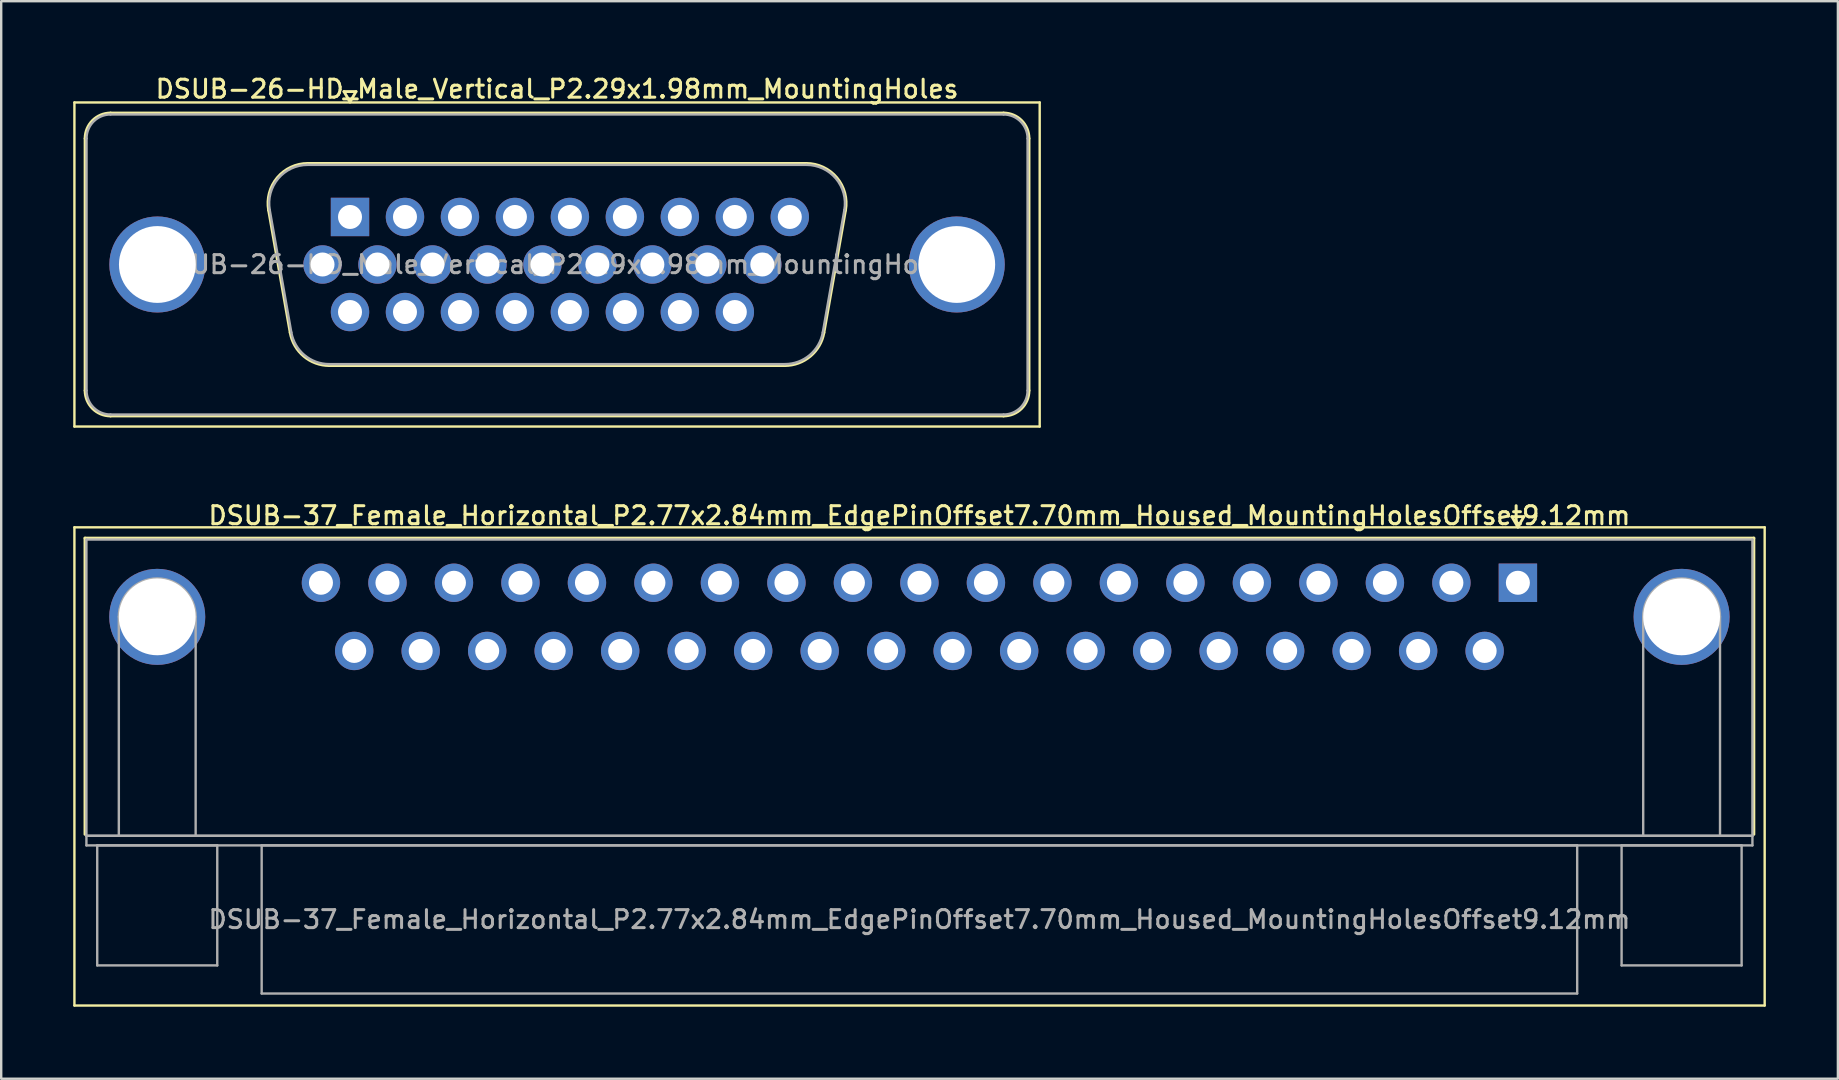
<source format=kicad_pcb>
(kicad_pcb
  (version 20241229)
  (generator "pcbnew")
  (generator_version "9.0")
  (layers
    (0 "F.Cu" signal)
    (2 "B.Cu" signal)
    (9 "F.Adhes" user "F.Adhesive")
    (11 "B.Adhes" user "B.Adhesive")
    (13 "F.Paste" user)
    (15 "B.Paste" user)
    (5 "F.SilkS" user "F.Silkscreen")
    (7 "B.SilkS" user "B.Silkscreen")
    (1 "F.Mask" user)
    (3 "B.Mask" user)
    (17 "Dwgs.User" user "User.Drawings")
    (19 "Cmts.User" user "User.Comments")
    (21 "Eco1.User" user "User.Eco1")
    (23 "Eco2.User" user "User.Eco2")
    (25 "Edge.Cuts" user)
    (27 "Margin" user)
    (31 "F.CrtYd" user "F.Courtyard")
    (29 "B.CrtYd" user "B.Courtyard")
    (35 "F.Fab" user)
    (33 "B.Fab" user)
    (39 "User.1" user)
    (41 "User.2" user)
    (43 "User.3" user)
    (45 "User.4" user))
  (footprint "DSUB-26-HD_Male_Vertical_P2.29x1.98mm_MountingHoles"
    (layer "F.Cu")
    (at 11.53 5.988)
    (property "Reference" "DSUB-26-HD_Male_Vertical_P2.29x1.98mm_MountingHoles" (at 8.625 -5.33 0) (layer "F.SilkS") (effects (font (size 0.75 0.75) (thickness 0.125))))
    (attr through_hole)
    (fp_line (start -11.48 -4.77) (end -11.48 8.73) (stroke (width 0.1) (type solid)) (layer "F.SilkS"))
    (fp_line (start -11.48 8.73) (end 28.73 8.73) (stroke (width 0.1) (type solid)) (layer "F.SilkS"))
    (fp_line (start -11.035 7.23) (end -11.035 -3.27) (stroke (width 0.12) (type solid)) (layer "F.SilkS"))
    (fp_line (start -9.975 -4.33) (end 27.225 -4.33) (stroke (width 0.12) (type solid)) (layer "F.SilkS"))
    (fp_line (start -3.391 -0.282) (end -2.492 4.818) (stroke (width 0.12) (type solid)) (layer "F.SilkS"))
    (fp_line (start -1.757 -2.23) (end 19.007 -2.23) (stroke (width 0.12) (type solid)) (layer "F.SilkS"))
    (fp_line (start -0.857 6.19) (end 18.107 6.19) (stroke (width 0.12) (type solid)) (layer "F.SilkS"))
    (fp_line (start -0.25 -5.224) (end 0.25 -5.224) (stroke (width 0.12) (type solid)) (layer "F.SilkS"))
    (fp_line (start 0 -4.791) (end -0.25 -5.224) (stroke (width 0.12) (type solid)) (layer "F.SilkS"))
    (fp_line (start 0.25 -5.224) (end 0 -4.791) (stroke (width 0.12) (type solid)) (layer "F.SilkS"))
    (fp_line (start 20.641 -0.282) (end 19.742 4.818) (stroke (width 0.12) (type solid)) (layer "F.SilkS"))
    (fp_line (start 27.225 8.29) (end -9.975 8.29) (stroke (width 0.12) (type solid)) (layer "F.SilkS"))
    (fp_line (start 28.285 -3.27) (end 28.285 7.23) (stroke (width 0.12) (type solid)) (layer "F.SilkS"))
    (fp_line (start 28.73 -4.77) (end -11.48 -4.77) (stroke (width 0.1) (type solid)) (layer "F.SilkS"))
    (fp_line (start 28.73 8.73) (end 28.73 -4.77) (stroke (width 0.1) (type solid)) (layer "F.SilkS"))
    (fp_arc (start -11.035 -3.27) (mid -10.724533 -4.019533) (end -9.975 -4.33) (stroke (width 0.12) (type solid)) (layer "F.SilkS"))
    (fp_arc (start -9.975 8.29) (mid -10.724533 7.979533) (end -11.035 7.23) (stroke (width 0.12) (type solid)) (layer "F.SilkS"))
    (fp_arc (start -3.39147 -0.281744) (mid -3.028323 -1.637027) (end -1.756689 -2.23) (stroke (width 0.12) (type solid)) (layer "F.SilkS"))
    (fp_arc (start -0.857421 6.19) (mid -1.924449 5.801634) (end -2.492202 4.818256) (stroke (width 0.12) (type solid)) (layer "F.SilkS"))
    (fp_arc (start 19.006689 -2.23) (mid 20.278323 -1.637027) (end 20.64147 -0.281744) (stroke (width 0.12) (type solid)) (layer "F.SilkS"))
    (fp_arc (start 19.742202 4.818256) (mid 19.174449 5.801634) (end 18.107421 6.19) (stroke (width 0.12) (type solid)) (layer "F.SilkS"))
    (fp_arc (start 27.225 -4.33) (mid 27.974533 -4.019533) (end 28.285 -3.27) (stroke (width 0.12) (type solid)) (layer "F.SilkS"))
    (fp_arc (start 28.285 7.23) (mid 27.974533 7.979533) (end 27.225 8.29) (stroke (width 0.12) (type solid)) (layer "F.SilkS"))
    (fp_line (start -10.975 7.23) (end -10.975 -3.27) (stroke (width 0.1) (type solid)) (layer "F.Fab"))
    (fp_line (start -9.975 -4.27) (end 27.225 -4.27) (stroke (width 0.1) (type solid)) (layer "F.Fab"))
    (fp_line (start -3.344 -0.292) (end -2.445 4.808) (stroke (width 0.1) (type solid)) (layer "F.Fab"))
    (fp_line (start -1.768 -2.17) (end 19.018 -2.17) (stroke (width 0.1) (type solid)) (layer "F.Fab"))
    (fp_line (start -0.869 6.13) (end 18.119 6.13) (stroke (width 0.1) (type solid)) (layer "F.Fab"))
    (fp_line (start 20.594 -0.292) (end 19.695 4.808) (stroke (width 0.1) (type solid)) (layer "F.Fab"))
    (fp_line (start 27.225 8.23) (end -9.975 8.23) (stroke (width 0.1) (type solid)) (layer "F.Fab"))
    (fp_line (start 28.225 -3.27) (end 28.225 7.23) (stroke (width 0.1) (type solid)) (layer "F.Fab"))
    (fp_arc (start -10.975 -3.27) (mid -10.682107 -3.977107) (end -9.975 -4.27) (stroke (width 0.1) (type solid)) (layer "F.Fab"))
    (fp_arc (start -9.975 8.23) (mid -10.682107 7.937107) (end -10.975 7.23) (stroke (width 0.1) (type solid)) (layer "F.Fab"))
    (fp_arc (start -3.343887 -0.292163) (mid -2.993865 -1.59846) (end -1.768194 -2.17) (stroke (width 0.1) (type solid)) (layer "F.Fab"))
    (fp_arc (start -0.868927 6.13) (mid -1.897387 5.755671) (end -2.444619 4.807837) (stroke (width 0.1) (type solid)) (layer "F.Fab"))
    (fp_arc (start 19.018194 -2.17) (mid 20.243865 -1.59846) (end 20.593887 -0.292163) (stroke (width 0.1) (type solid)) (layer "F.Fab"))
    (fp_arc (start 19.694619 4.807837) (mid 19.147387 5.755671) (end 18.118927 6.13) (stroke (width 0.1) (type solid)) (layer "F.Fab"))
    (fp_arc (start 27.225 -4.27) (mid 27.932107 -3.977107) (end 28.225 -3.27) (stroke (width 0.1) (type solid)) (layer "F.Fab"))
    (fp_arc (start 28.225 7.23) (mid 27.932107 7.937107) (end 27.225 8.23) (stroke (width 0.1) (type solid)) (layer "F.Fab"))
    (fp_text user "${REFERENCE}" (at 8.625 1.98 0) (layer "F.Fab") (effects (font (size 0.75 0.75) (thickness 0.125))))
    (pad "0" thru_hole circle (at -8.025 1.98) (size 4 4) (drill 3.2) (layers "*.Cu" "*.Mask"))
    (pad "0" thru_hole circle (at 25.275 1.98) (size 4 4) (drill 3.2) (layers "*.Cu" "*.Mask"))
    (pad "1" thru_hole rect (at 0 0) (size 1.6 1.6) (drill 1) (layers "*.Cu" "*.Mask"))
    (pad "2" thru_hole circle (at 2.29 0) (size 1.6 1.6) (drill 1) (layers "*.Cu" "*.Mask"))
    (pad "3" thru_hole circle (at 4.58 0) (size 1.6 1.6) (drill 1) (layers "*.Cu" "*.Mask"))
    (pad "4" thru_hole circle (at 6.87 0) (size 1.6 1.6) (drill 1) (layers "*.Cu" "*.Mask"))
    (pad "5" thru_hole circle (at 9.16 0) (size 1.6 1.6) (drill 1) (layers "*.Cu" "*.Mask"))
    (pad "6" thru_hole circle (at 11.45 0) (size 1.6 1.6) (drill 1) (layers "*.Cu" "*.Mask"))
    (pad "7" thru_hole circle (at 13.74 0) (size 1.6 1.6) (drill 1) (layers "*.Cu" "*.Mask"))
    (pad "8" thru_hole circle (at 16.03 0) (size 1.6 1.6) (drill 1) (layers "*.Cu" "*.Mask"))
    (pad "9" thru_hole circle (at 18.32 0) (size 1.6 1.6) (drill 1) (layers "*.Cu" "*.Mask"))
    (pad "10" thru_hole circle (at -1.145 1.98) (size 1.6 1.6) (drill 1) (layers "*.Cu" "*.Mask"))
    (pad "11" thru_hole circle (at 1.145 1.98) (size 1.6 1.6) (drill 1) (layers "*.Cu" "*.Mask"))
    (pad "12" thru_hole circle (at 3.435 1.98) (size 1.6 1.6) (drill 1) (layers "*.Cu" "*.Mask"))
    (pad "13" thru_hole circle (at 5.725 1.98) (size 1.6 1.6) (drill 1) (layers "*.Cu" "*.Mask"))
    (pad "14" thru_hole circle (at 8.015 1.98) (size 1.6 1.6) (drill 1) (layers "*.Cu" "*.Mask"))
    (pad "15" thru_hole circle (at 10.305 1.98) (size 1.6 1.6) (drill 1) (layers "*.Cu" "*.Mask"))
    (pad "16" thru_hole circle (at 12.595 1.98) (size 1.6 1.6) (drill 1) (layers "*.Cu" "*.Mask"))
    (pad "17" thru_hole circle (at 14.885 1.98) (size 1.6 1.6) (drill 1) (layers "*.Cu" "*.Mask"))
    (pad "18" thru_hole circle (at 17.175 1.98) (size 1.6 1.6) (drill 1) (layers "*.Cu" "*.Mask"))
    (pad "19" thru_hole circle (at 0 3.96) (size 1.6 1.6) (drill 1) (layers "*.Cu" "*.Mask"))
    (pad "20" thru_hole circle (at 2.29 3.96) (size 1.6 1.6) (drill 1) (layers "*.Cu" "*.Mask"))
    (pad "21" thru_hole circle (at 4.58 3.96) (size 1.6 1.6) (drill 1) (layers "*.Cu" "*.Mask"))
    (pad "22" thru_hole circle (at 6.87 3.96) (size 1.6 1.6) (drill 1) (layers "*.Cu" "*.Mask"))
    (pad "23" thru_hole circle (at 9.16 3.96) (size 1.6 1.6) (drill 1) (layers "*.Cu" "*.Mask"))
    (pad "24" thru_hole circle (at 11.45 3.96) (size 1.6 1.6) (drill 1) (layers "*.Cu" "*.Mask"))
    (pad "25" thru_hole circle (at 13.74 3.96) (size 1.6 1.6) (drill 1) (layers "*.Cu" "*.Mask"))
    (pad "26" thru_hole circle (at 16.03 3.96) (size 1.6 1.6) (drill 1) (layers "*.Cu" "*.Mask")))
  (footprint "DSUB-37_Female_Horizontal_P2.77x2.84mm_EdgePinOffset7.70mm_Housed_MountingHolesOffset9.12mm"
    (layer "F.Cu")
    (at 60.18 21.226)
    (property "Reference" "DSUB-37_Female_Horizontal_P2.77x2.84mm_EdgePinOffset7.70mm_Housed_MountingHolesOffset9.12mm" (at -24.93 -2.8 0) (layer "F.SilkS") (effects (font (size 0.75 0.75) (thickness 0.125))))
    (attr through_hole)
    (fp_line (start -60.13 -2.31) (end -60.13 17.61) (stroke (width 0.1) (type solid)) (layer "F.SilkS"))
    (fp_line (start -60.13 17.61) (end 10.28 17.61) (stroke (width 0.1) (type solid)) (layer "F.SilkS"))
    (fp_line (start -59.69 -1.86) (end 9.83 -1.86) (stroke (width 0.12) (type solid)) (layer "F.SilkS"))
    (fp_line (start -59.69 10.48) (end -59.69 -1.86) (stroke (width 0.12) (type solid)) (layer "F.SilkS"))
    (fp_line (start -0.25 -2.754) (end 0.25 -2.754) (stroke (width 0.12) (type solid)) (layer "F.SilkS"))
    (fp_line (start 0 -2.321) (end -0.25 -2.754) (stroke (width 0.12) (type solid)) (layer "F.SilkS"))
    (fp_line (start 0.25 -2.754) (end 0 -2.321) (stroke (width 0.12) (type solid)) (layer "F.SilkS"))
    (fp_line (start 9.83 -1.86) (end 9.83 10.48) (stroke (width 0.12) (type solid)) (layer "F.SilkS"))
    (fp_line (start 10.28 -2.31) (end -60.13 -2.31) (stroke (width 0.1) (type solid)) (layer "F.SilkS"))
    (fp_line (start 10.28 17.61) (end 10.28 -2.31) (stroke (width 0.1) (type solid)) (layer "F.SilkS"))
    (fp_line (start -59.63 -1.8) (end -59.63 10.54) (stroke (width 0.1) (type solid)) (layer "F.Fab"))
    (fp_line (start -59.63 10.54) (end -59.63 10.94) (stroke (width 0.1) (type solid)) (layer "F.Fab"))
    (fp_line (start -59.63 10.54) (end 9.77 10.54) (stroke (width 0.1) (type solid)) (layer "F.Fab"))
    (fp_line (start -59.63 10.94) (end 9.77 10.94) (stroke (width 0.1) (type solid)) (layer "F.Fab"))
    (fp_line (start -59.18 10.94) (end -59.18 15.94) (stroke (width 0.1) (type solid)) (layer "F.Fab"))
    (fp_line (start -59.18 15.94) (end -54.18 15.94) (stroke (width 0.1) (type solid)) (layer "F.Fab"))
    (fp_line (start -58.28 10.54) (end -58.28 1.42) (stroke (width 0.1) (type solid)) (layer "F.Fab"))
    (fp_line (start -55.08 10.54) (end -55.08 1.42) (stroke (width 0.1) (type solid)) (layer "F.Fab"))
    (fp_line (start -54.18 10.94) (end -59.18 10.94) (stroke (width 0.1) (type solid)) (layer "F.Fab"))
    (fp_line (start -54.18 15.94) (end -54.18 10.94) (stroke (width 0.1) (type solid)) (layer "F.Fab"))
    (fp_line (start -52.33 10.94) (end -52.33 17.11) (stroke (width 0.1) (type solid)) (layer "F.Fab"))
    (fp_line (start -52.33 17.11) (end 2.47 17.11) (stroke (width 0.1) (type solid)) (layer "F.Fab"))
    (fp_line (start 2.47 10.94) (end -52.33 10.94) (stroke (width 0.1) (type solid)) (layer "F.Fab"))
    (fp_line (start 2.47 17.11) (end 2.47 10.94) (stroke (width 0.1) (type solid)) (layer "F.Fab"))
    (fp_line (start 4.32 10.94) (end 4.32 15.94) (stroke (width 0.1) (type solid)) (layer "F.Fab"))
    (fp_line (start 4.32 15.94) (end 9.32 15.94) (stroke (width 0.1) (type solid)) (layer "F.Fab"))
    (fp_line (start 5.22 10.54) (end 5.22 1.42) (stroke (width 0.1) (type solid)) (layer "F.Fab"))
    (fp_line (start 8.42 10.54) (end 8.42 1.42) (stroke (width 0.1) (type solid)) (layer "F.Fab"))
    (fp_line (start 9.32 10.94) (end 4.32 10.94) (stroke (width 0.1) (type solid)) (layer "F.Fab"))
    (fp_line (start 9.32 15.94) (end 9.32 10.94) (stroke (width 0.1) (type solid)) (layer "F.Fab"))
    (fp_line (start 9.77 -1.8) (end -59.63 -1.8) (stroke (width 0.1) (type solid)) (layer "F.Fab"))
    (fp_line (start 9.77 10.54) (end -59.63 10.54) (stroke (width 0.1) (type solid)) (layer "F.Fab"))
    (fp_line (start 9.77 10.54) (end 9.77 -1.8) (stroke (width 0.1) (type solid)) (layer "F.Fab"))
    (fp_line (start 9.77 10.94) (end 9.77 10.54) (stroke (width 0.1) (type solid)) (layer "F.Fab"))
    (fp_arc (start -58.28 1.42) (mid -56.68 -0.18) (end -55.08 1.42) (stroke (width 0.1) (type solid)) (layer "F.Fab"))
    (fp_arc (start 5.22 1.42) (mid 6.82 -0.18) (end 8.42 1.42) (stroke (width 0.1) (type solid)) (layer "F.Fab"))
    (fp_text user "${REFERENCE}" (at -24.93 14.025 0) (layer "F.Fab") (effects (font (size 0.75 0.75) (thickness 0.125))))
    (pad "0" thru_hole circle (at -56.68 1.42) (size 4 4) (drill 3.2) (layers "*.Cu" "*.Mask"))
    (pad "0" thru_hole circle (at 6.82 1.42) (size 4 4) (drill 3.2) (layers "*.Cu" "*.Mask"))
    (pad "1" thru_hole rect (at 0 0) (size 1.6 1.6) (drill 1) (layers "*.Cu" "*.Mask"))
    (pad "2" thru_hole circle (at -2.77 0) (size 1.6 1.6) (drill 1) (layers "*.Cu" "*.Mask"))
    (pad "3" thru_hole circle (at -5.54 0) (size 1.6 1.6) (drill 1) (layers "*.Cu" "*.Mask"))
    (pad "4" thru_hole circle (at -8.31 0) (size 1.6 1.6) (drill 1) (layers "*.Cu" "*.Mask"))
    (pad "5" thru_hole circle (at -11.08 0) (size 1.6 1.6) (drill 1) (layers "*.Cu" "*.Mask"))
    (pad "6" thru_hole circle (at -13.85 0) (size 1.6 1.6) (drill 1) (layers "*.Cu" "*.Mask"))
    (pad "7" thru_hole circle (at -16.62 0) (size 1.6 1.6) (drill 1) (layers "*.Cu" "*.Mask"))
    (pad "8" thru_hole circle (at -19.39 0) (size 1.6 1.6) (drill 1) (layers "*.Cu" "*.Mask"))
    (pad "9" thru_hole circle (at -22.16 0) (size 1.6 1.6) (drill 1) (layers "*.Cu" "*.Mask"))
    (pad "10" thru_hole circle (at -24.93 0) (size 1.6 1.6) (drill 1) (layers "*.Cu" "*.Mask"))
    (pad "11" thru_hole circle (at -27.7 0) (size 1.6 1.6) (drill 1) (layers "*.Cu" "*.Mask"))
    (pad "12" thru_hole circle (at -30.47 0) (size 1.6 1.6) (drill 1) (layers "*.Cu" "*.Mask"))
    (pad "13" thru_hole circle (at -33.24 0) (size 1.6 1.6) (drill 1) (layers "*.Cu" "*.Mask"))
    (pad "14" thru_hole circle (at -36.01 0) (size 1.6 1.6) (drill 1) (layers "*.Cu" "*.Mask"))
    (pad "15" thru_hole circle (at -38.78 0) (size 1.6 1.6) (drill 1) (layers "*.Cu" "*.Mask"))
    (pad "16" thru_hole circle (at -41.55 0) (size 1.6 1.6) (drill 1) (layers "*.Cu" "*.Mask"))
    (pad "17" thru_hole circle (at -44.32 0) (size 1.6 1.6) (drill 1) (layers "*.Cu" "*.Mask"))
    (pad "18" thru_hole circle (at -47.09 0) (size 1.6 1.6) (drill 1) (layers "*.Cu" "*.Mask"))
    (pad "19" thru_hole circle (at -49.86 0) (size 1.6 1.6) (drill 1) (layers "*.Cu" "*.Mask"))
    (pad "20" thru_hole circle (at -1.385 2.84) (size 1.6 1.6) (drill 1) (layers "*.Cu" "*.Mask"))
    (pad "21" thru_hole circle (at -4.155 2.84) (size 1.6 1.6) (drill 1) (layers "*.Cu" "*.Mask"))
    (pad "22" thru_hole circle (at -6.925 2.84) (size 1.6 1.6) (drill 1) (layers "*.Cu" "*.Mask"))
    (pad "23" thru_hole circle (at -9.695 2.84) (size 1.6 1.6) (drill 1) (layers "*.Cu" "*.Mask"))
    (pad "24" thru_hole circle (at -12.465 2.84) (size 1.6 1.6) (drill 1) (layers "*.Cu" "*.Mask"))
    (pad "25" thru_hole circle (at -15.235 2.84) (size 1.6 1.6) (drill 1) (layers "*.Cu" "*.Mask"))
    (pad "26" thru_hole circle (at -18.005 2.84) (size 1.6 1.6) (drill 1) (layers "*.Cu" "*.Mask"))
    (pad "27" thru_hole circle (at -20.775 2.84) (size 1.6 1.6) (drill 1) (layers "*.Cu" "*.Mask"))
    (pad "28" thru_hole circle (at -23.545 2.84) (size 1.6 1.6) (drill 1) (layers "*.Cu" "*.Mask"))
    (pad "29" thru_hole circle (at -26.315 2.84) (size 1.6 1.6) (drill 1) (layers "*.Cu" "*.Mask"))
    (pad "30" thru_hole circle (at -29.085 2.84) (size 1.6 1.6) (drill 1) (layers "*.Cu" "*.Mask"))
    (pad "31" thru_hole circle (at -31.855 2.84) (size 1.6 1.6) (drill 1) (layers "*.Cu" "*.Mask"))
    (pad "32" thru_hole circle (at -34.625 2.84) (size 1.6 1.6) (drill 1) (layers "*.Cu" "*.Mask"))
    (pad "33" thru_hole circle (at -37.395 2.84) (size 1.6 1.6) (drill 1) (layers "*.Cu" "*.Mask"))
    (pad "34" thru_hole circle (at -40.165 2.84) (size 1.6 1.6) (drill 1) (layers "*.Cu" "*.Mask"))
    (pad "35" thru_hole circle (at -42.935 2.84) (size 1.6 1.6) (drill 1) (layers "*.Cu" "*.Mask"))
    (pad "36" thru_hole circle (at -45.705 2.84) (size 1.6 1.6) (drill 1) (layers "*.Cu" "*.Mask"))
    (pad "37" thru_hole circle (at -48.475 2.84) (size 1.6 1.6) (drill 1) (layers "*.Cu" "*.Mask")))
  (gr_rect
    (start -3 -3)
    (end 73.51 41.886)
    (stroke (width 0.1) (type default))
    (fill no)
    (layer "Edge.Cuts")))
</source>
